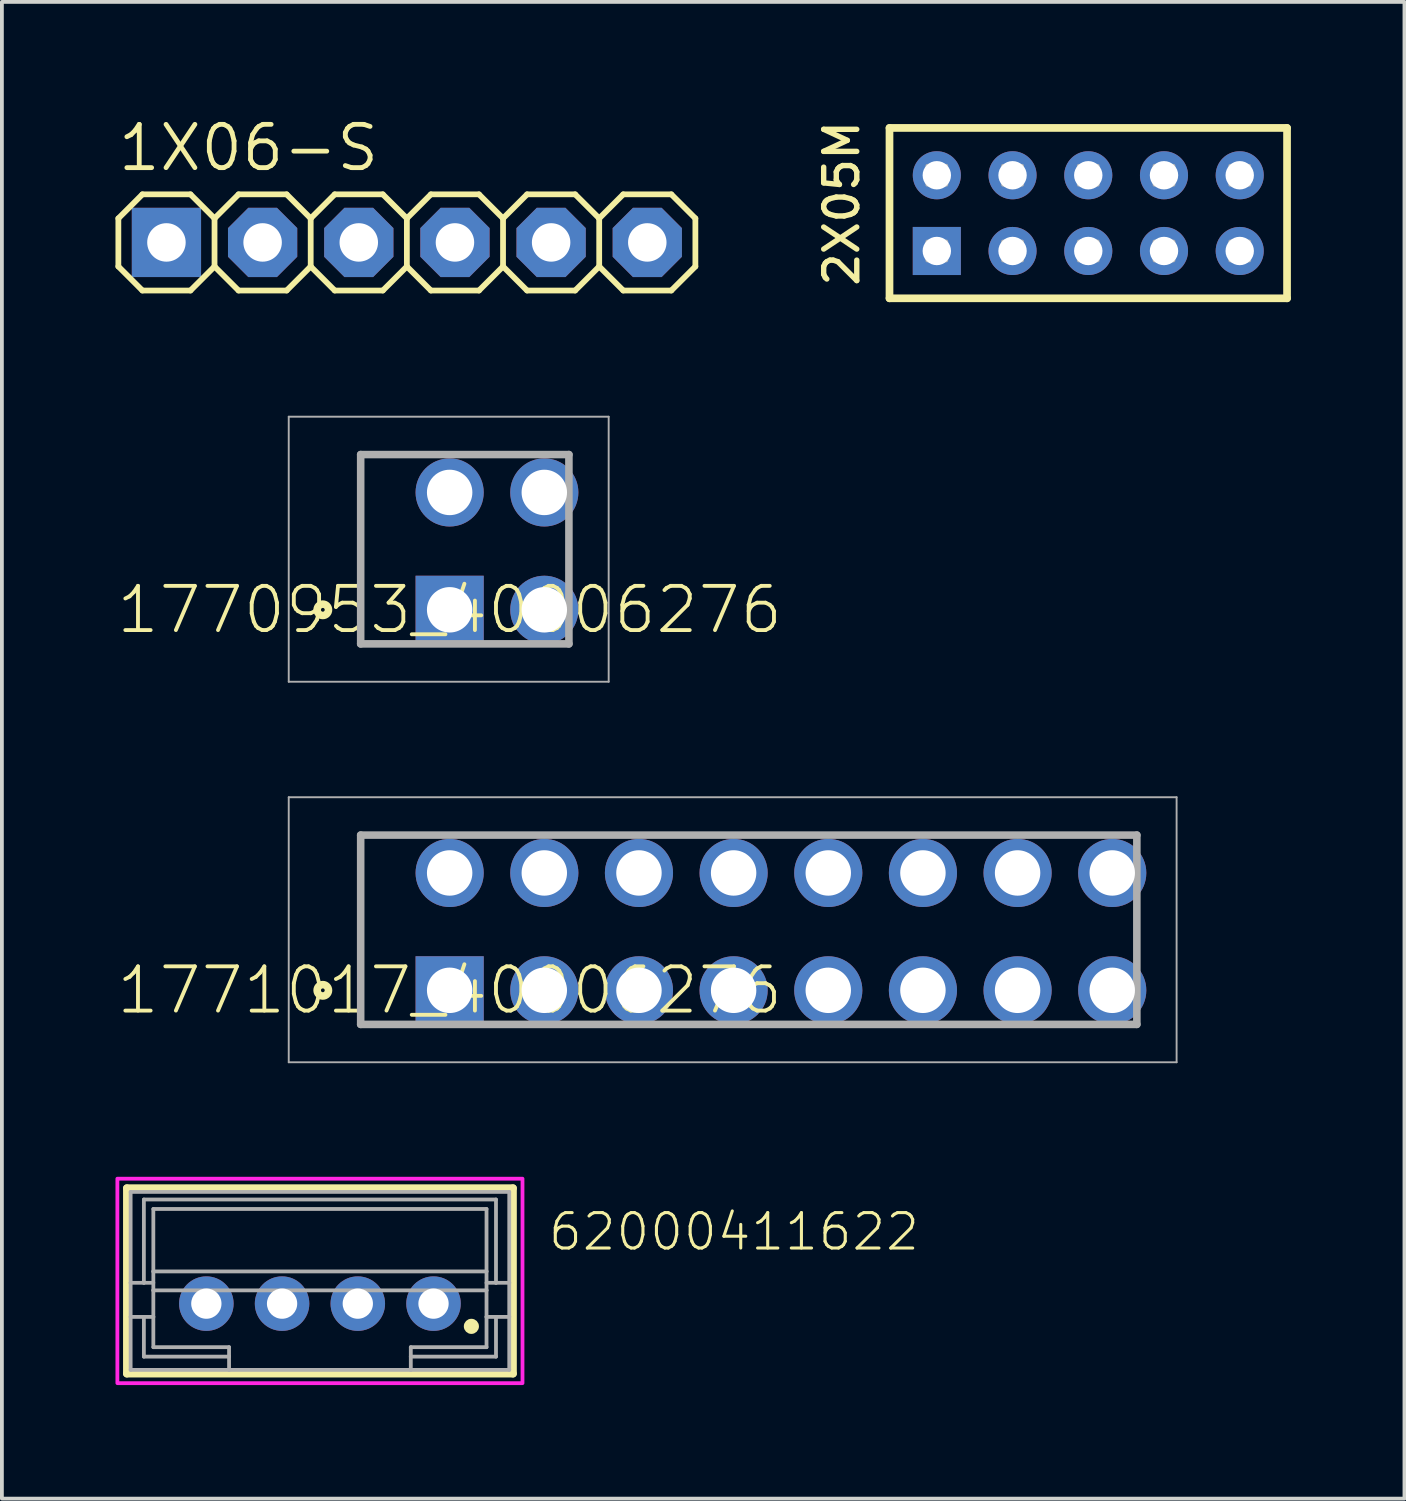
<source format=kicad_pcb>
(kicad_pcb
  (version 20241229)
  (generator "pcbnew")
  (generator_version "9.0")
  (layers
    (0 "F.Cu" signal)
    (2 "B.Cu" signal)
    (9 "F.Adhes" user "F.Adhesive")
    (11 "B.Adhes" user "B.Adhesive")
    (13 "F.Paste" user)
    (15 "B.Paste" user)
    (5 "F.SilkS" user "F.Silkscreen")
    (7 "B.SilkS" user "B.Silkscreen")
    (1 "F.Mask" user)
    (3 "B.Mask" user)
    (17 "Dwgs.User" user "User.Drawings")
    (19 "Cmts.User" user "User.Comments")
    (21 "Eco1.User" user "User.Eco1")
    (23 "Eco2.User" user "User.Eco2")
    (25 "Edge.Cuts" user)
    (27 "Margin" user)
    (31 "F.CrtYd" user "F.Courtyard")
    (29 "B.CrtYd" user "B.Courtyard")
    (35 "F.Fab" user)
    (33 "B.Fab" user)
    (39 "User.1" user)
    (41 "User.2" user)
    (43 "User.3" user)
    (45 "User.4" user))
  (footprint "1770953_40006276"
    (layer "F.Cu")
    (at 8.826 13.056)
    (property "Reference" "1770953_40006276" (at 0 0 0) (unlocked yes) (layer "F.SilkS") (effects (font (size 1.168 1.168) (thickness 0.102))))
    (fp_line (start -2.35 0.9) (end -2.35 -4.1) (stroke (width 0.1) (type solid)) (layer "F.SilkS"))
    (fp_circle (center -3.35 0) (end -3.3 0) (stroke (width 0.2) (type solid)) (fill no) (layer "F.SilkS"))
    (fp_line (start -4.25 -5.1) (end 4.2 -5.1) (stroke (width 0.05) (type solid)) (layer "F.Fab"))
    (fp_line (start -4.25 1.9) (end -4.25 -5.1) (stroke (width 0.05) (type solid)) (layer "F.Fab"))
    (fp_line (start -2.35 -4.1) (end 3.15 -4.1) (stroke (width 0.2) (type solid)) (layer "F.Fab"))
    (fp_line (start -2.35 0.9) (end -2.35 -4.1) (stroke (width 0.2) (type solid)) (layer "F.Fab"))
    (fp_line (start 3.15 -4.1) (end 3.15 0.9) (stroke (width 0.2) (type solid)) (layer "F.Fab"))
    (fp_line (start 3.15 0.9) (end -2.35 0.9) (stroke (width 0.2) (type solid)) (layer "F.Fab"))
    (fp_line (start 4.2 -5.1) (end 4.2 1.9) (stroke (width 0.05) (type solid)) (layer "F.Fab"))
    (fp_line (start 4.2 1.9) (end -4.25 1.9) (stroke (width 0.05) (type solid)) (layer "F.Fab"))
    (pad "1" thru_hole rect (at 0 0) (size 1.8 1.8) (drill 1.2) (layers "*.Cu" "*.Mask"))
    (pad "2" thru_hole circle (at 0 -3.1) (size 1.8 1.8) (drill 1.2) (layers "*.Cu" "*.Mask"))
    (pad "3" thru_hole circle (at 2.5 0) (size 1.8 1.8) (drill 1.2) (layers "*.Cu" "*.Mask"))
    (pad "4" thru_hole circle (at 2.5 -3.1) (size 1.8 1.8) (drill 1.2) (layers "*.Cu" "*.Mask")))
  (footprint "62000411622"
    (layer "F.Cu")
    (at 5.4 30.781)
    (property "Reference" "62000411622" (at 5.985 -0.75 0) (unlocked yes) (layer "F.SilkS") (effects (font (size 0.935 0.935) (thickness 0.081)) (justify left bottom)))
    (fp_line (start -5.1 -2.45) (end 5.1 -2.45) (stroke (width 0.2) (type solid)) (layer "F.SilkS"))
    (fp_line (start -5.1 2.45) (end -5.1 -2.45) (stroke (width 0.2) (type solid)) (layer "F.SilkS"))
    (fp_line (start 5.1 -2.45) (end 5.1 2.45) (stroke (width 0.2) (type solid)) (layer "F.SilkS"))
    (fp_line (start 5.1 2.45) (end -5.1 2.45) (stroke (width 0.2) (type solid)) (layer "F.SilkS"))
    (fp_circle (center 4 1.2) (end 4.1 1.2) (stroke (width 0.2) (type solid)) (fill no) (layer "F.SilkS"))
    (fp_poly (pts (xy 5.35 2.7) (xy -5.35 2.7) (xy -5.35 -2.7) (xy 5.35 -2.7)) (stroke (width 0.1) (type default)) (fill no) (layer "F.CrtYd"))
    (fp_line (start -5 -2.35) (end 5 -2.35) (stroke (width 0.1) (type solid)) (layer "F.Fab"))
    (fp_line (start -5 0.05) (end -5 -2.35) (stroke (width 0.1) (type solid)) (layer "F.Fab"))
    (fp_line (start -5 0.05) (end -4.65 0.05) (stroke (width 0.1) (type solid)) (layer "F.Fab"))
    (fp_line (start -5 0.95) (end -5 0.05) (stroke (width 0.1) (type solid)) (layer "F.Fab"))
    (fp_line (start -5 0.95) (end -4.65 0.95) (stroke (width 0.1) (type solid)) (layer "F.Fab"))
    (fp_line (start -5 2.35) (end -5 0.95) (stroke (width 0.1) (type solid)) (layer "F.Fab"))
    (fp_line (start -4.65 -2.15) (end 4.65 -2.15) (stroke (width 0.1) (type solid)) (layer "F.Fab"))
    (fp_line (start -4.65 0.05) (end -4.65 -2.15) (stroke (width 0.1) (type solid)) (layer "F.Fab"))
    (fp_line (start -4.65 0.05) (end -4.4 0.05) (stroke (width 0.1) (type solid)) (layer "F.Fab"))
    (fp_line (start -4.65 0.95) (end -4.4 0.95) (stroke (width 0.1) (type solid)) (layer "F.Fab"))
    (fp_line (start -4.65 2) (end -4.65 0.95) (stroke (width 0.1) (type solid)) (layer "F.Fab"))
    (fp_line (start -4.4 -1.9) (end 4.4 -1.9) (stroke (width 0.1) (type solid)) (layer "F.Fab"))
    (fp_line (start -4.4 -0.25) (end -4.4 -1.9) (stroke (width 0.1) (type solid)) (layer "F.Fab"))
    (fp_line (start -4.4 -0.25) (end 4.4 -0.25) (stroke (width 0.1) (type solid)) (layer "F.Fab"))
    (fp_line (start -4.4 0.25) (end -4.4 -0.25) (stroke (width 0.1) (type solid)) (layer "F.Fab"))
    (fp_line (start -4.4 0.25) (end 4.4 0.25) (stroke (width 0.1) (type solid)) (layer "F.Fab"))
    (fp_line (start -4.4 0.95) (end -4.4 0.25) (stroke (width 0.1) (type solid)) (layer "F.Fab"))
    (fp_line (start -4.4 1.75) (end -4.4 0.95) (stroke (width 0.1) (type solid)) (layer "F.Fab"))
    (fp_line (start -2.4 1.75) (end -4.4 1.75) (stroke (width 0.1) (type solid)) (layer "F.Fab"))
    (fp_line (start -2.4 1.75) (end -2.4 2) (stroke (width 0.1) (type solid)) (layer "F.Fab"))
    (fp_line (start -2.4 2) (end -4.65 2) (stroke (width 0.1) (type solid)) (layer "F.Fab"))
    (fp_line (start -2.4 2) (end -2.4 2.35) (stroke (width 0.1) (type solid)) (layer "F.Fab"))
    (fp_line (start -2.4 2.35) (end -5 2.35) (stroke (width 0.1) (type solid)) (layer "F.Fab"))
    (fp_line (start 2.4 1.75) (end 2.4 2) (stroke (width 0.1) (type solid)) (layer "F.Fab"))
    (fp_line (start 2.4 2) (end 2.4 2.35) (stroke (width 0.1) (type solid)) (layer "F.Fab"))
    (fp_line (start 2.4 2.35) (end -2.4 2.35) (stroke (width 0.1) (type solid)) (layer "F.Fab"))
    (fp_line (start 4.4 -1.9) (end 4.4 -0.25) (stroke (width 0.1) (type solid)) (layer "F.Fab"))
    (fp_line (start 4.4 -0.25) (end 4.4 0.25) (stroke (width 0.1) (type solid)) (layer "F.Fab"))
    (fp_line (start 4.4 0.05) (end 4.65 0.05) (stroke (width 0.1) (type solid)) (layer "F.Fab"))
    (fp_line (start 4.4 0.25) (end 4.4 0.95) (stroke (width 0.1) (type solid)) (layer "F.Fab"))
    (fp_line (start 4.4 0.95) (end 4.4 1.75) (stroke (width 0.1) (type solid)) (layer "F.Fab"))
    (fp_line (start 4.4 0.95) (end 4.65 0.95) (stroke (width 0.1) (type solid)) (layer "F.Fab"))
    (fp_line (start 4.4 1.75) (end 2.4 1.75) (stroke (width 0.1) (type solid)) (layer "F.Fab"))
    (fp_line (start 4.65 -2.15) (end 4.65 0.05) (stroke (width 0.1) (type solid)) (layer "F.Fab"))
    (fp_line (start 4.65 0.05) (end 5 0.05) (stroke (width 0.1) (type solid)) (layer "F.Fab"))
    (fp_line (start 4.65 0.95) (end 4.65 2) (stroke (width 0.1) (type solid)) (layer "F.Fab"))
    (fp_line (start 4.65 0.95) (end 5 0.95) (stroke (width 0.1) (type solid)) (layer "F.Fab"))
    (fp_line (start 4.65 2) (end 2.4 2) (stroke (width 0.1) (type solid)) (layer "F.Fab"))
    (fp_line (start 5 -2.35) (end 5 0.05) (stroke (width 0.1) (type solid)) (layer "F.Fab"))
    (fp_line (start 5 0.05) (end 5 0.95) (stroke (width 0.1) (type solid)) (layer "F.Fab"))
    (fp_line (start 5 0.95) (end 5 2.35) (stroke (width 0.1) (type solid)) (layer "F.Fab"))
    (fp_line (start 5 2.35) (end 2.4 2.35) (stroke (width 0.1) (type solid)) (layer "F.Fab"))
    (pad "1" thru_hole circle (at 3 0.6) (size 1.44 1.44) (drill 0.8) (layers "*.Cu" "*.Mask"))
    (pad "2" thru_hole circle (at 1 0.6) (size 1.44 1.44) (drill 0.8) (layers "*.Cu" "*.Mask"))
    (pad "3" thru_hole circle (at -1 0.6) (size 1.44 1.44) (drill 0.8) (layers "*.Cu" "*.Mask"))
    (pad "4" thru_hole circle (at -3 0.6) (size 1.44 1.44) (drill 0.8) (layers "*.Cu" "*.Mask")))
  (footprint "1X06-S"
    (layer "F.Cu")
    (at 7.696 3.353)
    (property "Reference" "1X06-S" (at -7.696 -1.829 0) (unlocked yes) (layer "F.SilkS") (effects (font (size 1.143 1.143) (thickness 0.127)) (justify left bottom)))
    (fp_line (start -7.62 -0.635) (end -7.62 0.635) (stroke (width 0.152) (type solid)) (layer "F.SilkS"))
    (fp_line (start -7.62 0.635) (end -6.985 1.27) (stroke (width 0.152) (type solid)) (layer "F.SilkS"))
    (fp_line (start -6.985 -1.27) (end -7.62 -0.635) (stroke (width 0.152) (type solid)) (layer "F.SilkS"))
    (fp_line (start -6.985 -1.27) (end -5.715 -1.27) (stroke (width 0.152) (type solid)) (layer "F.SilkS"))
    (fp_line (start -5.715 -1.27) (end -5.08 -0.635) (stroke (width 0.152) (type solid)) (layer "F.SilkS"))
    (fp_line (start -5.715 1.27) (end -6.985 1.27) (stroke (width 0.152) (type solid)) (layer "F.SilkS"))
    (fp_line (start -5.08 -0.635) (end -5.08 0.635) (stroke (width 0.152) (type solid)) (layer "F.SilkS"))
    (fp_line (start -5.08 -0.635) (end -4.445 -1.27) (stroke (width 0.152) (type solid)) (layer "F.SilkS"))
    (fp_line (start -5.08 0.635) (end -5.715 1.27) (stroke (width 0.152) (type solid)) (layer "F.SilkS"))
    (fp_line (start -4.445 -1.27) (end -3.175 -1.27) (stroke (width 0.152) (type solid)) (layer "F.SilkS"))
    (fp_line (start -4.445 1.27) (end -5.08 0.635) (stroke (width 0.152) (type solid)) (layer "F.SilkS"))
    (fp_line (start -3.175 -1.27) (end -2.54 -0.635) (stroke (width 0.152) (type solid)) (layer "F.SilkS"))
    (fp_line (start -3.175 1.27) (end -4.445 1.27) (stroke (width 0.152) (type solid)) (layer "F.SilkS"))
    (fp_line (start -2.54 -0.635) (end -2.54 0.635) (stroke (width 0.152) (type solid)) (layer "F.SilkS"))
    (fp_line (start -2.54 -0.635) (end -1.905 -1.27) (stroke (width 0.152) (type solid)) (layer "F.SilkS"))
    (fp_line (start -2.54 0.635) (end -3.175 1.27) (stroke (width 0.152) (type solid)) (layer "F.SilkS"))
    (fp_line (start -1.905 -1.27) (end -0.635 -1.27) (stroke (width 0.152) (type solid)) (layer "F.SilkS"))
    (fp_line (start -1.905 1.27) (end -2.54 0.635) (stroke (width 0.152) (type solid)) (layer "F.SilkS"))
    (fp_line (start -0.635 -1.27) (end 0 -0.635) (stroke (width 0.152) (type solid)) (layer "F.SilkS"))
    (fp_line (start -0.635 1.27) (end -1.905 1.27) (stroke (width 0.152) (type solid)) (layer "F.SilkS"))
    (fp_line (start 0 -0.635) (end 0 0.635) (stroke (width 0.152) (type solid)) (layer "F.SilkS"))
    (fp_line (start 0 0.635) (end -0.635 1.27) (stroke (width 0.152) (type solid)) (layer "F.SilkS"))
    (fp_line (start 0 0.635) (end 0.635 1.27) (stroke (width 0.152) (type solid)) (layer "F.SilkS"))
    (fp_line (start 0.635 -1.27) (end 0 -0.635) (stroke (width 0.152) (type solid)) (layer "F.SilkS"))
    (fp_line (start 0.635 -1.27) (end 1.905 -1.27) (stroke (width 0.152) (type solid)) (layer "F.SilkS"))
    (fp_line (start 1.905 -1.27) (end 2.54 -0.635) (stroke (width 0.152) (type solid)) (layer "F.SilkS"))
    (fp_line (start 1.905 1.27) (end 0.635 1.27) (stroke (width 0.152) (type solid)) (layer "F.SilkS"))
    (fp_line (start 2.54 -0.635) (end 2.54 0.635) (stroke (width 0.152) (type solid)) (layer "F.SilkS"))
    (fp_line (start 2.54 -0.635) (end 3.175 -1.27) (stroke (width 0.152) (type solid)) (layer "F.SilkS"))
    (fp_line (start 2.54 0.635) (end 1.905 1.27) (stroke (width 0.152) (type solid)) (layer "F.SilkS"))
    (fp_line (start 3.175 -1.27) (end 4.445 -1.27) (stroke (width 0.152) (type solid)) (layer "F.SilkS"))
    (fp_line (start 3.175 1.27) (end 2.54 0.635) (stroke (width 0.152) (type solid)) (layer "F.SilkS"))
    (fp_line (start 4.445 -1.27) (end 5.08 -0.635) (stroke (width 0.152) (type solid)) (layer "F.SilkS"))
    (fp_line (start 4.445 1.27) (end 3.175 1.27) (stroke (width 0.152) (type solid)) (layer "F.SilkS"))
    (fp_line (start 5.08 -0.635) (end 5.08 0.635) (stroke (width 0.152) (type solid)) (layer "F.SilkS"))
    (fp_line (start 5.08 0.635) (end 4.445 1.27) (stroke (width 0.152) (type solid)) (layer "F.SilkS"))
    (fp_line (start 5.08 0.635) (end 5.715 1.27) (stroke (width 0.152) (type solid)) (layer "F.SilkS"))
    (fp_line (start 5.715 -1.27) (end 5.08 -0.635) (stroke (width 0.152) (type solid)) (layer "F.SilkS"))
    (fp_line (start 5.715 -1.27) (end 6.985 -1.27) (stroke (width 0.152) (type solid)) (layer "F.SilkS"))
    (fp_line (start 6.985 -1.27) (end 7.62 -0.635) (stroke (width 0.152) (type solid)) (layer "F.SilkS"))
    (fp_line (start 6.985 1.27) (end 5.715 1.27) (stroke (width 0.152) (type solid)) (layer "F.SilkS"))
    (fp_line (start 7.62 -0.635) (end 7.62 0.635) (stroke (width 0.152) (type solid)) (layer "F.SilkS"))
    (fp_line (start 7.62 0.635) (end 6.985 1.27) (stroke (width 0.152) (type solid)) (layer "F.SilkS"))
    (fp_poly (pts (xy -6.604 0.254) (xy -6.096 0.254) (xy -6.096 -0.254) (xy -6.604 -0.254)) (stroke (width 0.1) (type default)) (fill no) (layer "F.Fab"))
    (fp_poly (pts (xy -4.064 0.254) (xy -3.556 0.254) (xy -3.556 -0.254) (xy -4.064 -0.254)) (stroke (width 0.1) (type default)) (fill no) (layer "F.Fab"))
    (fp_poly (pts (xy -1.524 0.254) (xy -1.016 0.254) (xy -1.016 -0.254) (xy -1.524 -0.254)) (stroke (width 0.1) (type default)) (fill no) (layer "F.Fab"))
    (fp_poly (pts (xy 1.016 0.254) (xy 1.524 0.254) (xy 1.524 -0.254) (xy 1.016 -0.254)) (stroke (width 0.1) (type default)) (fill no) (layer "F.Fab"))
    (fp_poly (pts (xy 3.556 0.254) (xy 4.064 0.254) (xy 4.064 -0.254) (xy 3.556 -0.254)) (stroke (width 0.1) (type default)) (fill no) (layer "F.Fab"))
    (fp_poly (pts (xy 6.096 0.254) (xy 6.604 0.254) (xy 6.604 -0.254) (xy 6.096 -0.254)) (stroke (width 0.1) (type default)) (fill no) (layer "F.Fab"))
    (pad "1" thru_hole rect (at -6.35 0) (size 1.829 1.829) (drill 1.016) (layers "*.Cu" "*.Mask"))
    (pad "2" thru_hole roundrect (at -3.81 0) (size 1.829 1.829) (drill 1.016) (layers "*.Cu" "*.Mask") (roundrect_rratio 0.25) (chamfer_ratio 0.293) (chamfer top_left top_right bottom_left bottom_right))
    (pad "3" thru_hole roundrect (at -1.27 0) (size 1.829 1.829) (drill 1.016) (layers "*.Cu" "*.Mask") (roundrect_rratio 0.25) (chamfer_ratio 0.293) (chamfer top_left top_right bottom_left bottom_right))
    (pad "4" thru_hole roundrect (at 1.27 0) (size 1.829 1.829) (drill 1.016) (layers "*.Cu" "*.Mask") (roundrect_rratio 0.25) (chamfer_ratio 0.293) (chamfer top_left top_right bottom_left bottom_right))
    (pad "5" thru_hole roundrect (at 3.81 0) (size 1.829 1.829) (drill 1.016) (layers "*.Cu" "*.Mask") (roundrect_rratio 0.25) (chamfer_ratio 0.293) (chamfer top_left top_right bottom_left bottom_right))
    (pad "6" thru_hole roundrect (at 6.35 0) (size 1.829 1.829) (drill 1.016) (layers "*.Cu" "*.Mask") (roundrect_rratio 0.25) (chamfer_ratio 0.293) (chamfer top_left top_right bottom_left bottom_right)))
  (footprint "2X05M"
    (layer "F.Cu")
    (at 25.693 2.579)
    (property "Reference" "2X05M" (at -6 2 90) (unlocked yes) (layer "F.SilkS") (effects (font (size 0.874 0.874) (thickness 0.142)) (justify left bottom)))
    (fp_line (start -5.25 -2.25) (end 5.25 -2.25) (stroke (width 0.203) (type solid)) (layer "F.SilkS"))
    (fp_line (start -5.25 2.25) (end -5.25 -2.25) (stroke (width 0.203) (type solid)) (layer "F.SilkS"))
    (fp_line (start 5.25 -2.25) (end 5.25 2.25) (stroke (width 0.203) (type solid)) (layer "F.SilkS"))
    (fp_line (start 5.25 2.25) (end -5.25 2.25) (stroke (width 0.203) (type solid)) (layer "F.SilkS"))
    (fp_poly (pts (xy -4.25 -0.75) (xy -3.75 -0.75) (xy -3.75 -1.25) (xy -4.25 -1.25)) (stroke (width 0.1) (type default)) (fill no) (layer "F.Fab"))
    (fp_poly (pts (xy -4.25 1.25) (xy -3.75 1.25) (xy -3.75 0.75) (xy -4.25 0.75)) (stroke (width 0.1) (type default)) (fill no) (layer "F.Fab"))
    (fp_poly (pts (xy -2.25 -0.75) (xy -1.75 -0.75) (xy -1.75 -1.25) (xy -2.25 -1.25)) (stroke (width 0.1) (type default)) (fill no) (layer "F.Fab"))
    (fp_poly (pts (xy -2.25 1.25) (xy -1.75 1.25) (xy -1.75 0.75) (xy -2.25 0.75)) (stroke (width 0.1) (type default)) (fill no) (layer "F.Fab"))
    (fp_poly (pts (xy -0.25 -0.75) (xy 0.25 -0.75) (xy 0.25 -1.25) (xy -0.25 -1.25)) (stroke (width 0.1) (type default)) (fill no) (layer "F.Fab"))
    (fp_poly (pts (xy -0.25 1.25) (xy 0.25 1.25) (xy 0.25 0.75) (xy -0.25 0.75)) (stroke (width 0.1) (type default)) (fill no) (layer "F.Fab"))
    (fp_poly (pts (xy 1.75 -0.75) (xy 2.25 -0.75) (xy 2.25 -1.25) (xy 1.75 -1.25)) (stroke (width 0.1) (type default)) (fill no) (layer "F.Fab"))
    (fp_poly (pts (xy 1.75 1.25) (xy 2.25 1.25) (xy 2.25 0.75) (xy 1.75 0.75)) (stroke (width 0.1) (type default)) (fill no) (layer "F.Fab"))
    (fp_poly (pts (xy 3.75 -0.75) (xy 4.25 -0.75) (xy 4.25 -1.25) (xy 3.75 -1.25)) (stroke (width 0.1) (type default)) (fill no) (layer "F.Fab"))
    (fp_poly (pts (xy 3.75 1.25) (xy 4.25 1.25) (xy 4.25 0.75) (xy 3.75 0.75)) (stroke (width 0.1) (type default)) (fill no) (layer "F.Fab"))
    (pad "1" thru_hole rect (at -4 1) (size 1.27 1.27) (drill 0.75) (layers "*.Cu" "*.Mask"))
    (pad "2" thru_hole circle (at -4 -1) (size 1.27 1.27) (drill 0.75) (layers "*.Cu" "*.Mask"))
    (pad "3" thru_hole circle (at -2 1) (size 1.27 1.27) (drill 0.75) (layers "*.Cu" "*.Mask"))
    (pad "4" thru_hole circle (at -2 -1) (size 1.27 1.27) (drill 0.75) (layers "*.Cu" "*.Mask"))
    (pad "5" thru_hole circle (at 0 1) (size 1.27 1.27) (drill 0.75) (layers "*.Cu" "*.Mask"))
    (pad "6" thru_hole circle (at 0 -1) (size 1.27 1.27) (drill 0.75) (layers "*.Cu" "*.Mask"))
    (pad "7" thru_hole circle (at 2 1) (size 1.27 1.27) (drill 0.75) (layers "*.Cu" "*.Mask"))
    (pad "8" thru_hole circle (at 2 -1) (size 1.27 1.27) (drill 0.75) (layers "*.Cu" "*.Mask"))
    (pad "9" thru_hole circle (at 4 1) (size 1.27 1.27) (drill 0.75) (layers "*.Cu" "*.Mask"))
    (pad "10" thru_hole circle (at 4 -1) (size 1.27 1.27) (drill 0.75) (layers "*.Cu" "*.Mask")))
  (footprint "1771017_40006276"
    (layer "F.Cu")
    (at 8.826 23.106)
    (property "Reference" "1771017_40006276" (at 0 0 0) (unlocked yes) (layer "F.SilkS") (effects (font (size 1.168 1.168) (thickness 0.102))))
    (fp_line (start -2.35 0.9) (end -2.35 -4.1) (stroke (width 0.1) (type solid)) (layer "F.SilkS"))
    (fp_circle (center -3.35 0) (end -3.3 0) (stroke (width 0.2) (type solid)) (fill no) (layer "F.SilkS"))
    (fp_line (start -4.25 -5.1) (end 19.2 -5.1) (stroke (width 0.05) (type solid)) (layer "F.Fab"))
    (fp_line (start -4.25 1.9) (end -4.25 -5.1) (stroke (width 0.05) (type solid)) (layer "F.Fab"))
    (fp_line (start -2.35 -4.1) (end 18.15 -4.1) (stroke (width 0.2) (type solid)) (layer "F.Fab"))
    (fp_line (start -2.35 0.9) (end -2.35 -4.1) (stroke (width 0.2) (type solid)) (layer "F.Fab"))
    (fp_line (start 18.15 -4.1) (end 18.15 0.9) (stroke (width 0.2) (type solid)) (layer "F.Fab"))
    (fp_line (start 18.15 0.9) (end -2.35 0.9) (stroke (width 0.2) (type solid)) (layer "F.Fab"))
    (fp_line (start 19.2 -5.1) (end 19.2 1.9) (stroke (width 0.05) (type solid)) (layer "F.Fab"))
    (fp_line (start 19.2 1.9) (end -4.25 1.9) (stroke (width 0.05) (type solid)) (layer "F.Fab"))
    (pad "1" thru_hole rect (at 0 0) (size 1.8 1.8) (drill 1.2) (layers "*.Cu" "*.Mask"))
    (pad "2" thru_hole circle (at 0 -3.1) (size 1.8 1.8) (drill 1.2) (layers "*.Cu" "*.Mask"))
    (pad "3" thru_hole circle (at 2.5 0) (size 1.8 1.8) (drill 1.2) (layers "*.Cu" "*.Mask"))
    (pad "4" thru_hole circle (at 2.5 -3.1) (size 1.8 1.8) (drill 1.2) (layers "*.Cu" "*.Mask"))
    (pad "5" thru_hole circle (at 5 0) (size 1.8 1.8) (drill 1.2) (layers "*.Cu" "*.Mask"))
    (pad "6" thru_hole circle (at 5 -3.1) (size 1.8 1.8) (drill 1.2) (layers "*.Cu" "*.Mask"))
    (pad "7" thru_hole circle (at 7.5 0) (size 1.8 1.8) (drill 1.2) (layers "*.Cu" "*.Mask"))
    (pad "8" thru_hole circle (at 7.5 -3.1) (size 1.8 1.8) (drill 1.2) (layers "*.Cu" "*.Mask"))
    (pad "9" thru_hole circle (at 10 0) (size 1.8 1.8) (drill 1.2) (layers "*.Cu" "*.Mask"))
    (pad "10" thru_hole circle (at 10 -3.1) (size 1.8 1.8) (drill 1.2) (layers "*.Cu" "*.Mask"))
    (pad "11" thru_hole circle (at 12.5 0) (size 1.8 1.8) (drill 1.2) (layers "*.Cu" "*.Mask"))
    (pad "12" thru_hole circle (at 12.5 -3.1) (size 1.8 1.8) (drill 1.2) (layers "*.Cu" "*.Mask"))
    (pad "13" thru_hole circle (at 15 0) (size 1.8 1.8) (drill 1.2) (layers "*.Cu" "*.Mask"))
    (pad "14" thru_hole circle (at 15 -3.1) (size 1.8 1.8) (drill 1.2) (layers "*.Cu" "*.Mask"))
    (pad "15" thru_hole circle (at 17.5 0) (size 1.8 1.8) (drill 1.2) (layers "*.Cu" "*.Mask"))
    (pad "16" thru_hole circle (at 17.5 -3.1) (size 1.8 1.8) (drill 1.2) (layers "*.Cu" "*.Mask")))
  (gr_rect
    (start -3 -3)
    (end 34.044 36.531)
    (stroke (width 0.1) (type default))
    (fill no)
    (layer "Edge.Cuts")))
</source>
